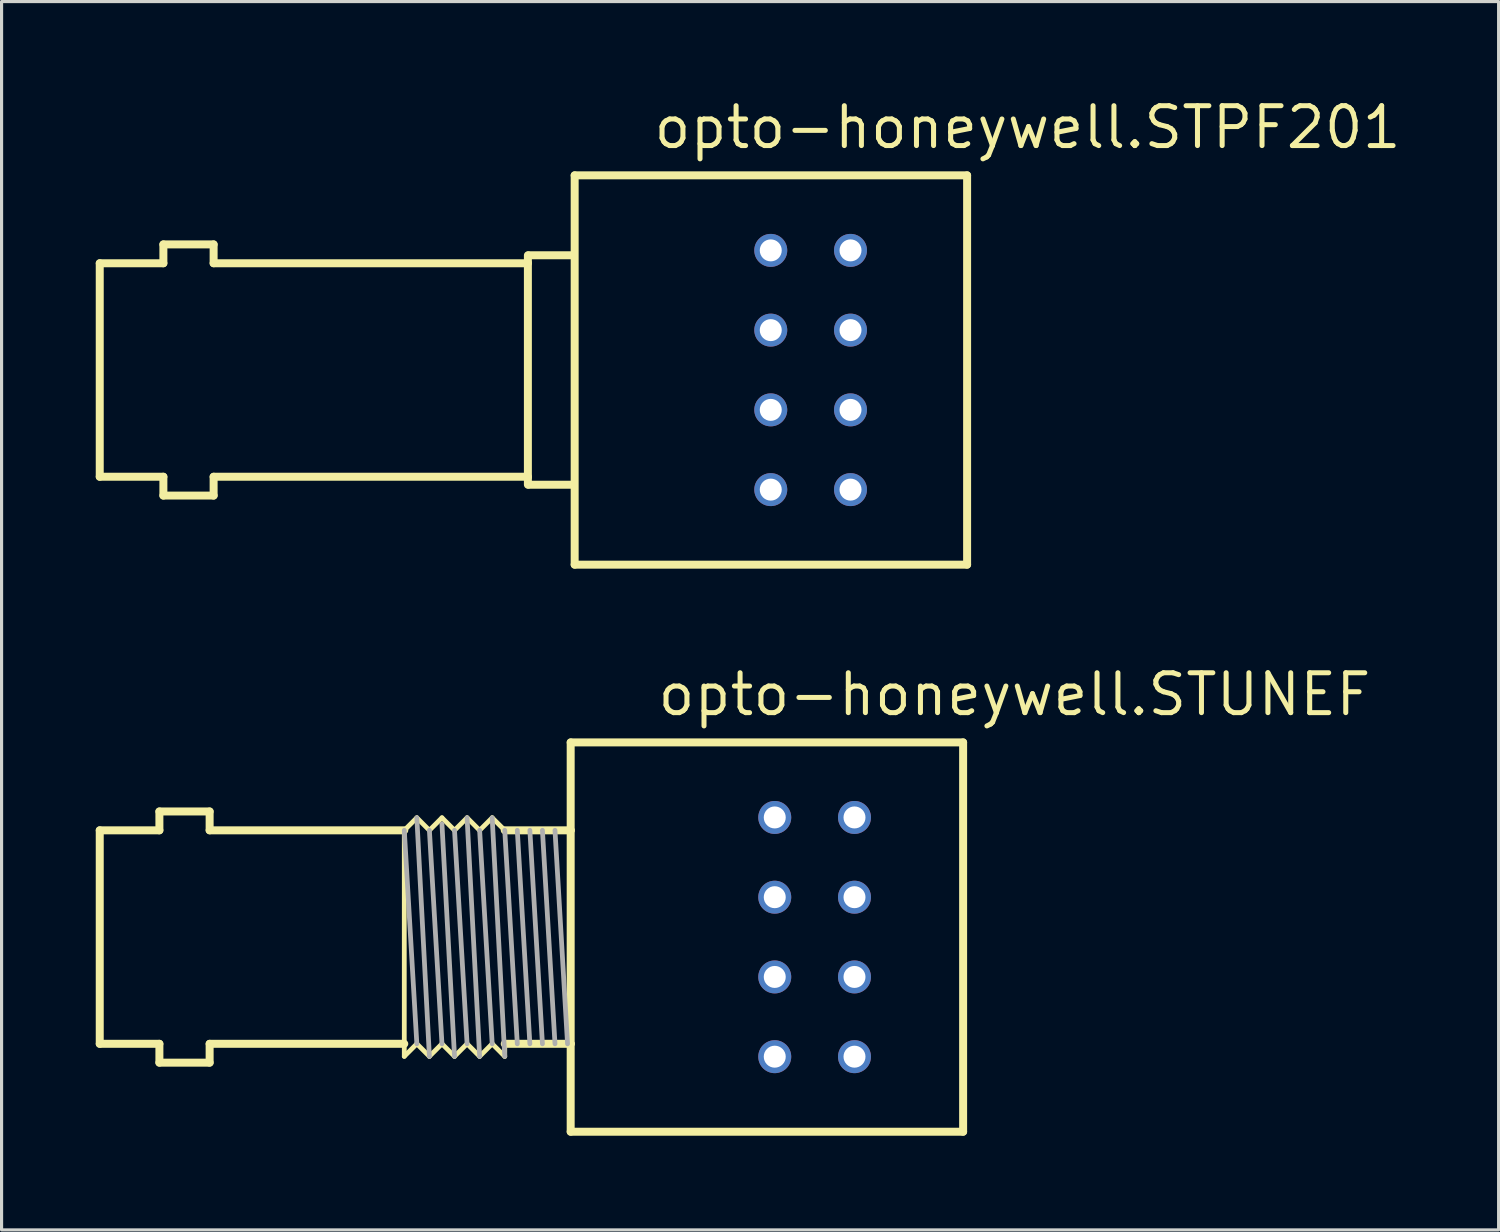
<source format=kicad_pcb>
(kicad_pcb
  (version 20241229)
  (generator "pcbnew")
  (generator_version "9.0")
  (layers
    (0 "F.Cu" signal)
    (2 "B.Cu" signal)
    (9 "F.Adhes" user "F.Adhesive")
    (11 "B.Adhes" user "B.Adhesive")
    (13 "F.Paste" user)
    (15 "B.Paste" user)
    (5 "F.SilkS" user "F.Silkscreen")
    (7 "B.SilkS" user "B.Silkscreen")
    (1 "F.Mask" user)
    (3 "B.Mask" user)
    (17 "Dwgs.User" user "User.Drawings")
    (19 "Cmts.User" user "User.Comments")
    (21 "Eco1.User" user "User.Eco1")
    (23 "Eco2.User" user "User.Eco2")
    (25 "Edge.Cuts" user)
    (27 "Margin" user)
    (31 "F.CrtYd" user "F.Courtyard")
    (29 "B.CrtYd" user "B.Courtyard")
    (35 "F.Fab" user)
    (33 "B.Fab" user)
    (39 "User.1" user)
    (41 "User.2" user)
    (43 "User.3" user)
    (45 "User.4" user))
  (footprint "opto-honeywell.STUNEF"
    (layer "F.Cu")
    (at 21.627 26.797)
    (property "Reference" "opto-honeywell.STUNEF" (at -3.81 -6.985 0) (layer "F.SilkS") (effects (font (size 1.27 1.27) (thickness 0.16)) (justify left bottom)))
    (attr through_hole)
    (fp_line (start -21.5 -3.4) (end -19.6 -3.4) (stroke (width 0.254) (type default)) (layer "F.SilkS"))
    (fp_line (start -21.5 3.4) (end -21.5 -3.4) (stroke (width 0.254) (type default)) (layer "F.SilkS"))
    (fp_line (start -19.6 -4) (end -18 -4) (stroke (width 0.254) (type default)) (layer "F.SilkS"))
    (fp_line (start -19.6 -3.4) (end -19.6 -4) (stroke (width 0.254) (type default)) (layer "F.SilkS"))
    (fp_line (start -19.6 3.4) (end -21.5 3.4) (stroke (width 0.254) (type default)) (layer "F.SilkS"))
    (fp_line (start -19.6 4) (end -19.6 3.4) (stroke (width 0.254) (type default)) (layer "F.SilkS"))
    (fp_line (start -18 -4) (end -18 -3.4) (stroke (width 0.254) (type default)) (layer "F.SilkS"))
    (fp_line (start -18 -3.4) (end -11.8 -3.4) (stroke (width 0.254) (type default)) (layer "F.SilkS"))
    (fp_line (start -18 3.4) (end -18 4) (stroke (width 0.254) (type default)) (layer "F.SilkS"))
    (fp_line (start -18 4) (end -19.6 4) (stroke (width 0.254) (type default)) (layer "F.SilkS"))
    (fp_line (start -11.8 -3.4) (end -11.4 -3.8) (stroke (width 0.152) (type default)) (layer "F.SilkS"))
    (fp_line (start -11.8 3.4) (end -18 3.4) (stroke (width 0.254) (type default)) (layer "F.SilkS"))
    (fp_line (start -11.8 3.4) (end -11.8 -3.4) (stroke (width 0.152) (type default)) (layer "F.SilkS"))
    (fp_line (start -11.8 3.8) (end -11.8 3.4) (stroke (width 0.152) (type default)) (layer "F.SilkS"))
    (fp_line (start -11.8 3.8) (end -11.4 3.4) (stroke (width 0.152) (type default)) (layer "F.SilkS"))
    (fp_line (start -11.4 -3.8) (end -11 -3.4) (stroke (width 0.152) (type default)) (layer "F.SilkS"))
    (fp_line (start -11.4 3.4) (end -11 3.8) (stroke (width 0.152) (type default)) (layer "F.SilkS"))
    (fp_line (start -11 -3.4) (end -10.6 -3.8) (stroke (width 0.152) (type default)) (layer "F.SilkS"))
    (fp_line (start -11 3.8) (end -10.6 3.4) (stroke (width 0.152) (type default)) (layer "F.SilkS"))
    (fp_line (start -10.6 -3.8) (end -10.2 -3.4) (stroke (width 0.152) (type default)) (layer "F.SilkS"))
    (fp_line (start -10.6 3.4) (end -10.2 3.8) (stroke (width 0.152) (type default)) (layer "F.SilkS"))
    (fp_line (start -10.2 -3.4) (end -9.8 -3.8) (stroke (width 0.152) (type default)) (layer "F.SilkS"))
    (fp_line (start -10.2 3.8) (end -9.8 3.4) (stroke (width 0.152) (type default)) (layer "F.SilkS"))
    (fp_line (start -9.8 -3.8) (end -9.4 -3.4) (stroke (width 0.152) (type default)) (layer "F.SilkS"))
    (fp_line (start -9.8 3.4) (end -9.4 3.8) (stroke (width 0.152) (type default)) (layer "F.SilkS"))
    (fp_line (start -9.4 -3.4) (end -9 -3.8) (stroke (width 0.152) (type default)) (layer "F.SilkS"))
    (fp_line (start -9.4 3.8) (end -9 3.4) (stroke (width 0.152) (type default)) (layer "F.SilkS"))
    (fp_line (start -9 -3.8) (end -8.6 -3.4) (stroke (width 0.152) (type default)) (layer "F.SilkS"))
    (fp_line (start -9 3.4) (end -8.6 3.8) (stroke (width 0.152) (type default)) (layer "F.SilkS"))
    (fp_line (start -8.6 -3.4) (end -6.5 -3.4) (stroke (width 0.254) (type default)) (layer "F.SilkS"))
    (fp_line (start -8.6 3.4) (end -8.6 3.8) (stroke (width 0.152) (type default)) (layer "F.SilkS"))
    (fp_line (start -6.5 6.2) (end -6.5 3.4) (stroke (width 0.254) (type default)) (layer "F.SilkS"))
    (fp_line (start -6.5 -6.2) (end 6 -6.2) (stroke (width 0.254) (type default)) (layer "F.SilkS"))
    (fp_line (start -6.5 -3.4) (end -6.5 -6.2) (stroke (width 0.254) (type default)) (layer "F.SilkS"))
    (fp_line (start -6.5 -3.4) (end -6.5 3.4) (stroke (width 0.254) (type default)) (layer "F.SilkS"))
    (fp_line (start -6.5 3.4) (end -8.6 3.4) (stroke (width 0.254) (type default)) (layer "F.SilkS"))
    (fp_line (start 6 -6.2) (end 6 6.2) (stroke (width 0.254) (type default)) (layer "F.SilkS"))
    (fp_line (start 6 6.2) (end -6.5 6.2) (stroke (width 0.254) (type default)) (layer "F.SilkS"))
    (fp_line (start -11.8 -3.4) (end -11.4 3.4) (stroke (width 0.152) (type default)) (layer "F.Fab"))
    (fp_line (start -11.4 -3.8) (end -11 3.8) (stroke (width 0.152) (type default)) (layer "F.Fab"))
    (fp_line (start -11 -3.4) (end -10.6 3.4) (stroke (width 0.152) (type default)) (layer "F.Fab"))
    (fp_line (start -10.6 -3.6) (end -10.2 3.8) (stroke (width 0.152) (type default)) (layer "F.Fab"))
    (fp_line (start -10.2 -3.4) (end -9.8 3.4) (stroke (width 0.152) (type default)) (layer "F.Fab"))
    (fp_line (start -9.8 -3.8) (end -9.4 3.8) (stroke (width 0.152) (type default)) (layer "F.Fab"))
    (fp_line (start -9.4 -3.4) (end -9 3.4) (stroke (width 0.152) (type default)) (layer "F.Fab"))
    (fp_line (start -9 -3.8) (end -8.6 3.8) (stroke (width 0.152) (type default)) (layer "F.Fab"))
    (fp_line (start -8.6 -3.4) (end -8.2 3.4) (stroke (width 0.152) (type default)) (layer "F.Fab"))
    (fp_line (start -8.2 -3.4) (end -7.8 3.4) (stroke (width 0.152) (type default)) (layer "F.Fab"))
    (fp_line (start -7.8 -3.4) (end -7.4 3.4) (stroke (width 0.152) (type default)) (layer "F.Fab"))
    (fp_line (start -7.4 -3.4) (end -7 3.4) (stroke (width 0.152) (type default)) (layer "F.Fab"))
    (fp_line (start -7 -3.4) (end -6.6 3.4) (stroke (width 0.152) (type default)) (layer "F.Fab"))
    (pad "1" thru_hole circle (at 2.54 3.81) (size 1.05 1.05) (drill 0.7) (layers "*.Cu" "*.Mask"))
    (pad "2" thru_hole circle (at 2.54 1.27) (size 1.05 1.05) (drill 0.7) (layers "*.Cu" "*.Mask"))
    (pad "3" thru_hole circle (at 2.54 -1.27) (size 1.05 1.05) (drill 0.7) (layers "*.Cu" "*.Mask"))
    (pad "4" thru_hole circle (at 2.54 -3.81) (size 1.05 1.05) (drill 0.7) (layers "*.Cu" "*.Mask"))
    (pad "5" thru_hole circle (at 0 -3.81) (size 1.05 1.05) (drill 0.7) (layers "*.Cu" "*.Mask"))
    (pad "6" thru_hole circle (at 0 -1.27) (size 1.05 1.05) (drill 0.7) (layers "*.Cu" "*.Mask"))
    (pad "7" thru_hole circle (at 0 1.27) (size 1.05 1.05) (drill 0.7) (layers "*.Cu" "*.Mask"))
    (pad "8" thru_hole circle (at 0 3.81) (size 1.05 1.05) (drill 0.7) (layers "*.Cu" "*.Mask")))
  (footprint "opto-honeywell.STPF201"
    (layer "F.Cu")
    (at 21.5 8.735)
    (property "Reference" "opto-honeywell.STPF201" (at -3.81 -6.985 0) (layer "F.SilkS") (effects (font (size 1.27 1.27) (thickness 0.16)) (justify left bottom)))
    (attr through_hole)
    (fp_line (start -21.373 -3.4) (end -19.346 -3.4) (stroke (width 0.254) (type default)) (layer "F.SilkS"))
    (fp_line (start -21.373 3.4) (end -21.373 -3.4) (stroke (width 0.254) (type default)) (layer "F.SilkS"))
    (fp_line (start -19.346 -4) (end -17.746 -4) (stroke (width 0.254) (type default)) (layer "F.SilkS"))
    (fp_line (start -19.346 -3.4) (end -19.346 -4) (stroke (width 0.254) (type default)) (layer "F.SilkS"))
    (fp_line (start -19.346 3.4) (end -21.373 3.4) (stroke (width 0.254) (type default)) (layer "F.SilkS"))
    (fp_line (start -19.346 4) (end -19.346 3.4) (stroke (width 0.254) (type default)) (layer "F.SilkS"))
    (fp_line (start -17.746 -4) (end -17.746 -3.4) (stroke (width 0.254) (type default)) (layer "F.SilkS"))
    (fp_line (start -17.746 -3.4) (end -7.736 -3.4) (stroke (width 0.254) (type default)) (layer "F.SilkS"))
    (fp_line (start -17.746 3.4) (end -17.746 4) (stroke (width 0.254) (type default)) (layer "F.SilkS"))
    (fp_line (start -17.746 4) (end -19.346 4) (stroke (width 0.254) (type default)) (layer "F.SilkS"))
    (fp_line (start -7.736 -3.458) (end -7.736 -3.654) (stroke (width 0.254) (type default)) (layer "F.SilkS"))
    (fp_line (start -7.736 3.4) (end -17.746 3.4) (stroke (width 0.254) (type default)) (layer "F.SilkS"))
    (fp_line (start -7.736 3.4) (end -7.736 -3.4) (stroke (width 0.254) (type default)) (layer "F.SilkS"))
    (fp_line (start -7.736 3.654) (end -7.736 3.458) (stroke (width 0.254) (type default)) (layer "F.SilkS"))
    (fp_line (start -7.711 -3.654) (end -6.295 -3.654) (stroke (width 0.254) (type default)) (layer "F.SilkS"))
    (fp_line (start -6.295 3.654) (end -7.711 3.654) (stroke (width 0.254) (type default)) (layer "F.SilkS"))
    (fp_line (start -6.246 -6.2) (end -6.246 6.2) (stroke (width 0.254) (type default)) (layer "F.SilkS"))
    (fp_line (start -6.246 -6.2) (end 6.254 -6.2) (stroke (width 0.254) (type default)) (layer "F.SilkS"))
    (fp_line (start 6.254 -6.2) (end 6.254 6.2) (stroke (width 0.254) (type default)) (layer "F.SilkS"))
    (fp_line (start 6.254 6.2) (end -6.246 6.2) (stroke (width 0.254) (type default)) (layer "F.SilkS"))
    (pad "1" thru_hole circle (at 2.54 3.81) (size 1.05 1.05) (drill 0.7) (layers "*.Cu" "*.Mask"))
    (pad "2" thru_hole circle (at 2.54 1.27) (size 1.05 1.05) (drill 0.7) (layers "*.Cu" "*.Mask"))
    (pad "3" thru_hole circle (at 2.54 -1.27) (size 1.05 1.05) (drill 0.7) (layers "*.Cu" "*.Mask"))
    (pad "4" thru_hole circle (at 2.54 -3.81) (size 1.05 1.05) (drill 0.7) (layers "*.Cu" "*.Mask"))
    (pad "5" thru_hole circle (at 0 -3.81) (size 1.05 1.05) (drill 0.7) (layers "*.Cu" "*.Mask"))
    (pad "6" thru_hole circle (at 0 -1.27) (size 1.05 1.05) (drill 0.7) (layers "*.Cu" "*.Mask"))
    (pad "7" thru_hole circle (at 0 1.27) (size 1.05 1.05) (drill 0.7) (layers "*.Cu" "*.Mask"))
    (pad "8" thru_hole circle (at 0 3.81) (size 1.05 1.05) (drill 0.7) (layers "*.Cu" "*.Mask")))
  (gr_rect
    (start -3 -3)
    (end 44.683 36.124)
    (stroke (width 0.1) (type default))
    (fill no)
    (layer "Edge.Cuts")))
</source>
